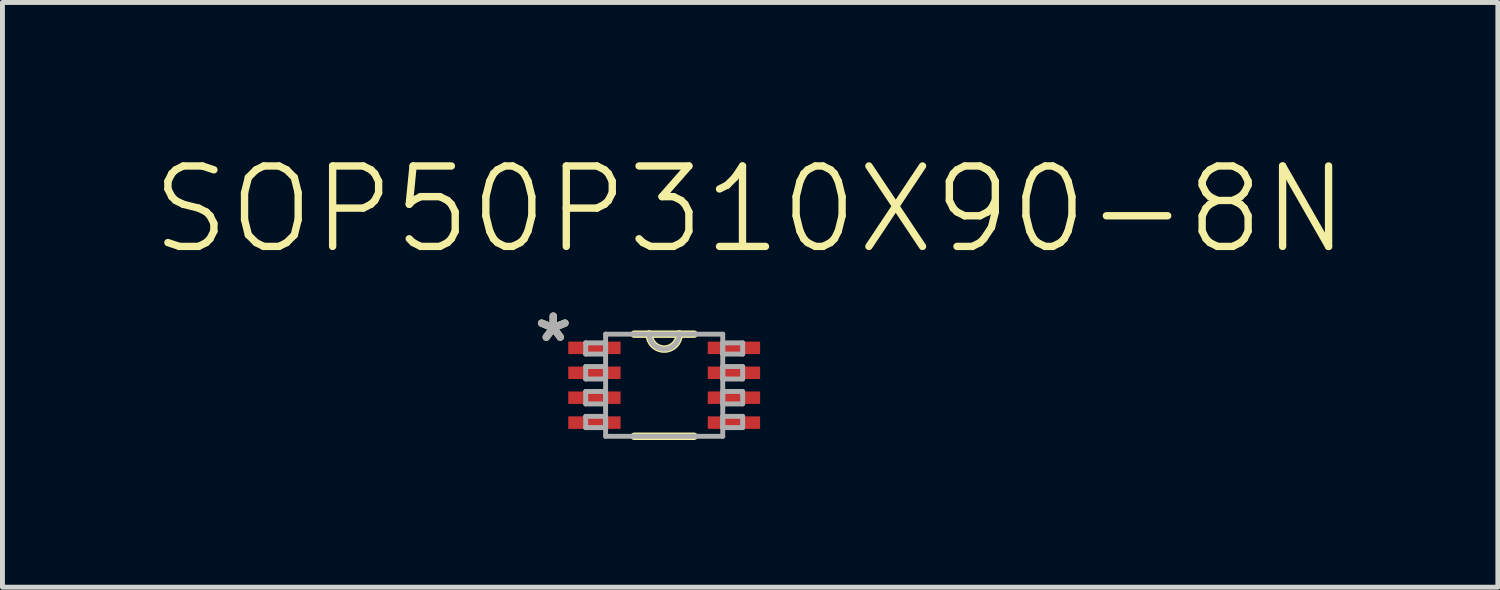
<source format=kicad_pcb>
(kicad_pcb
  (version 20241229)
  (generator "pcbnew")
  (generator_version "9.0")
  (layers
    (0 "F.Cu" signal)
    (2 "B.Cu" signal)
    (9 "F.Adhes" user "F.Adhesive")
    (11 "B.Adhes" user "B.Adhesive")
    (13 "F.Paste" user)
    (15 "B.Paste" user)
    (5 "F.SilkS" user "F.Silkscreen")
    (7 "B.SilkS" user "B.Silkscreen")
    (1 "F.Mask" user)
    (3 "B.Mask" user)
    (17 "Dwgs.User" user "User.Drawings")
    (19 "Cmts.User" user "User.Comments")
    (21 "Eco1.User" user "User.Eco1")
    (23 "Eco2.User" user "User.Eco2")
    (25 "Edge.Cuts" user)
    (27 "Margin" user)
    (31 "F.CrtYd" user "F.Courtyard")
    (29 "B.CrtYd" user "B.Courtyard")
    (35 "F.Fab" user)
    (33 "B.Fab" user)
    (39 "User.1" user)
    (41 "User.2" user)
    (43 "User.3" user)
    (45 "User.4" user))
  (footprint "SOP50P310X90-8N"
    (layer "F.Cu")
    (at 10.491 4.804)
    (property "Reference" "SOP50P310X90-8N" (at 1.753 -3.581 0) (layer "F.SilkS") (effects (font (size 1.64 1.64) (thickness 0.15))))
    (attr through_hole)
    (fp_line (start -0.61 1.041) (end 0.61 1.041) (stroke (width 0.152) (type solid)) (layer "F.SilkS"))
    (fp_line (start -0.305 -1.041) (end -0.61 -1.041) (stroke (width 0.152) (type solid)) (layer "F.SilkS"))
    (fp_line (start 0.305 -1.041) (end -0.305 -1.041) (stroke (width 0.152) (type solid)) (layer "F.SilkS"))
    (fp_line (start 0.61 -1.041) (end 0.305 -1.041) (stroke (width 0.152) (type solid)) (layer "F.SilkS"))
    (fp_arc (start 0.3048 -1.0414) (mid 0 -0.7366) (end -0.3048 -1.0414) (stroke (width 0.1524) (type solid)) (layer "F.SilkS"))
    (fp_line (start -1.6 -0.864) (end -1.6 -0.635) (stroke (width 0.1) (type solid)) (layer "F.Fab"))
    (fp_line (start -1.6 -0.635) (end -1.194 -0.635) (stroke (width 0.1) (type solid)) (layer "F.Fab"))
    (fp_line (start -1.6 -0.381) (end -1.6 -0.127) (stroke (width 0.1) (type solid)) (layer "F.Fab"))
    (fp_line (start -1.6 -0.127) (end -1.194 -0.127) (stroke (width 0.1) (type solid)) (layer "F.Fab"))
    (fp_line (start -1.6 0.127) (end -1.6 0.381) (stroke (width 0.1) (type solid)) (layer "F.Fab"))
    (fp_line (start -1.6 0.381) (end -1.194 0.381) (stroke (width 0.1) (type solid)) (layer "F.Fab"))
    (fp_line (start -1.6 0.635) (end -1.6 0.864) (stroke (width 0.1) (type solid)) (layer "F.Fab"))
    (fp_line (start -1.6 0.864) (end -1.194 0.864) (stroke (width 0.1) (type solid)) (layer "F.Fab"))
    (fp_line (start -1.194 -1.041) (end -1.194 1.041) (stroke (width 0.1) (type solid)) (layer "F.Fab"))
    (fp_line (start -1.194 -0.864) (end -1.6 -0.864) (stroke (width 0.1) (type solid)) (layer "F.Fab"))
    (fp_line (start -1.194 -0.635) (end -1.194 -0.864) (stroke (width 0.1) (type solid)) (layer "F.Fab"))
    (fp_line (start -1.194 -0.381) (end -1.6 -0.381) (stroke (width 0.1) (type solid)) (layer "F.Fab"))
    (fp_line (start -1.194 -0.127) (end -1.194 -0.381) (stroke (width 0.1) (type solid)) (layer "F.Fab"))
    (fp_line (start -1.194 0.127) (end -1.6 0.127) (stroke (width 0.1) (type solid)) (layer "F.Fab"))
    (fp_line (start -1.194 0.381) (end -1.194 0.127) (stroke (width 0.1) (type solid)) (layer "F.Fab"))
    (fp_line (start -1.194 0.635) (end -1.6 0.635) (stroke (width 0.1) (type solid)) (layer "F.Fab"))
    (fp_line (start -1.194 0.864) (end -1.194 0.635) (stroke (width 0.1) (type solid)) (layer "F.Fab"))
    (fp_line (start -1.194 1.041) (end 1.194 1.041) (stroke (width 0.1) (type solid)) (layer "F.Fab"))
    (fp_line (start -0.305 -1.041) (end -1.194 -1.041) (stroke (width 0.1) (type solid)) (layer "F.Fab"))
    (fp_line (start 0.305 -1.041) (end -0.305 -1.041) (stroke (width 0.1) (type solid)) (layer "F.Fab"))
    (fp_line (start 1.194 -1.041) (end 0.305 -1.041) (stroke (width 0.1) (type solid)) (layer "F.Fab"))
    (fp_line (start 1.194 -0.864) (end 1.194 -0.635) (stroke (width 0.1) (type solid)) (layer "F.Fab"))
    (fp_line (start 1.194 -0.635) (end 1.6 -0.635) (stroke (width 0.1) (type solid)) (layer "F.Fab"))
    (fp_line (start 1.194 -0.381) (end 1.194 -0.127) (stroke (width 0.1) (type solid)) (layer "F.Fab"))
    (fp_line (start 1.194 -0.127) (end 1.6 -0.127) (stroke (width 0.1) (type solid)) (layer "F.Fab"))
    (fp_line (start 1.194 0.127) (end 1.194 0.381) (stroke (width 0.1) (type solid)) (layer "F.Fab"))
    (fp_line (start 1.194 0.381) (end 1.6 0.381) (stroke (width 0.1) (type solid)) (layer "F.Fab"))
    (fp_line (start 1.194 0.635) (end 1.194 0.864) (stroke (width 0.1) (type solid)) (layer "F.Fab"))
    (fp_line (start 1.194 0.864) (end 1.6 0.864) (stroke (width 0.1) (type solid)) (layer "F.Fab"))
    (fp_line (start 1.194 1.041) (end 1.194 -1.041) (stroke (width 0.1) (type solid)) (layer "F.Fab"))
    (fp_line (start 1.6 -0.864) (end 1.194 -0.864) (stroke (width 0.1) (type solid)) (layer "F.Fab"))
    (fp_line (start 1.6 -0.635) (end 1.6 -0.864) (stroke (width 0.1) (type solid)) (layer "F.Fab"))
    (fp_line (start 1.6 -0.381) (end 1.194 -0.381) (stroke (width 0.1) (type solid)) (layer "F.Fab"))
    (fp_line (start 1.6 -0.127) (end 1.6 -0.381) (stroke (width 0.1) (type solid)) (layer "F.Fab"))
    (fp_line (start 1.6 0.127) (end 1.194 0.127) (stroke (width 0.1) (type solid)) (layer "F.Fab"))
    (fp_line (start 1.6 0.381) (end 1.6 0.127) (stroke (width 0.1) (type solid)) (layer "F.Fab"))
    (fp_line (start 1.6 0.635) (end 1.194 0.635) (stroke (width 0.1) (type solid)) (layer "F.Fab"))
    (fp_line (start 1.6 0.864) (end 1.6 0.635) (stroke (width 0.1) (type solid)) (layer "F.Fab"))
    (fp_arc (start 0.3048 -1.0414) (mid 0 -0.7366) (end -0.3048 -1.0414) (stroke (width 0.1) (type solid)) (layer "F.Fab"))
    (fp_text user "*" (at -2.261 -0.864 0) (layer "F.SilkS") (effects (font (size 1 1) (thickness 0.15))))
    (fp_text user "*" (at -2.261 -0.864 0) (layer "F.Fab") (effects (font (size 1 1) (thickness 0.15))))
    (pad "1" smd rect (at -1.422 -0.762) (size 1.067 0.254) (layers "F.Cu" "F.Mask" "F.Paste"))
    (pad "2" smd rect (at -1.422 -0.254) (size 1.067 0.254) (layers "F.Cu" "F.Mask" "F.Paste"))
    (pad "3" smd rect (at -1.422 0.254) (size 1.067 0.254) (layers "F.Cu" "F.Mask" "F.Paste"))
    (pad "4" smd rect (at -1.422 0.762) (size 1.067 0.254) (layers "F.Cu" "F.Mask" "F.Paste"))
    (pad "5" smd rect (at 1.422 0.762) (size 1.067 0.254) (layers "F.Cu" "F.Mask" "F.Paste"))
    (pad "6" smd rect (at 1.422 0.254) (size 1.067 0.254) (layers "F.Cu" "F.Mask" "F.Paste"))
    (pad "7" smd rect (at 1.422 -0.254) (size 1.067 0.254) (layers "F.Cu" "F.Mask" "F.Paste"))
    (pad "8" smd rect (at 1.422 -0.762) (size 1.067 0.254) (layers "F.Cu" "F.Mask" "F.Paste")))
  (gr_rect
    (start -3 -3)
    (end 27.488 8.922)
    (stroke (width 0.1) (type default))
    (fill no)
    (layer "Edge.Cuts")))
</source>
